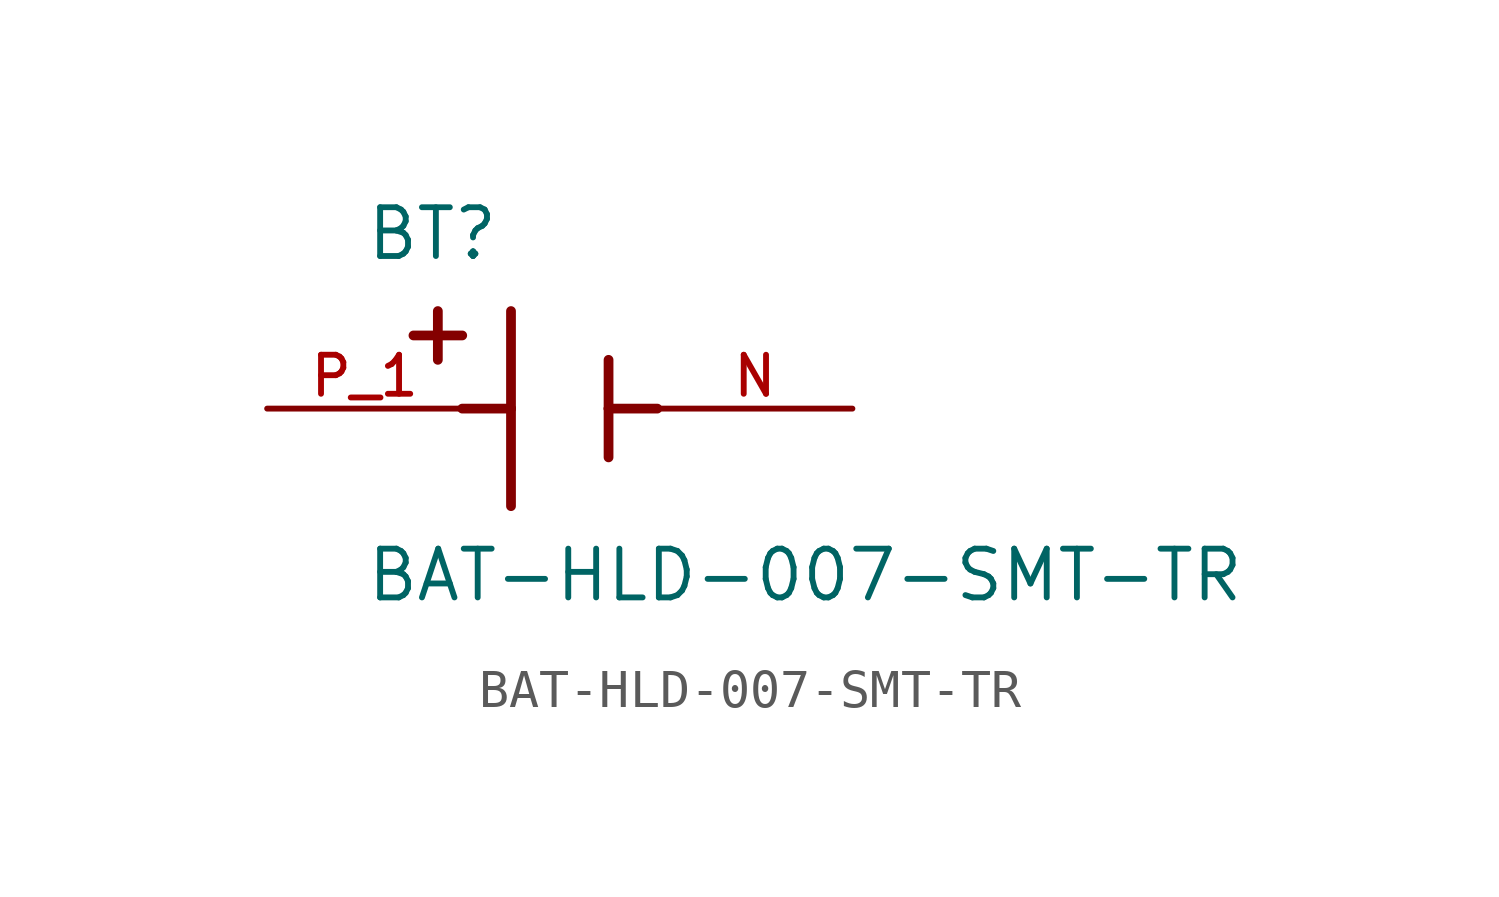
<source format=kicad_sym>
(kicad_symbol_lib
  (version 20211014)
  (generator kicad_symbol_editor)
  (symbol "BAT-HLD-007-SMT-TR"
    (pin_names
      (offset 1.016))
    (property "Reference" "BT"
      (at -5.08 3.81 0)
      (effects (font (size 1.27 1.27)) (justify bottom left)))
    (property "Value" "BAT-HLD-007-SMT-TR"
      (at -5.08 -5.08 0)
      (effects (font (size 1.27 1.27)) (justify bottom left)))
    (symbol "BAT-HLD-007-SMT-TR_0_0"
      (polyline (pts (xy -1.27 2.54) (xy -1.27 0.0)) (stroke (width 0.254)))
      (polyline (pts (xy -1.27 0.0) (xy -1.27 -2.54)) (stroke (width 0.254)))
      (polyline (pts (xy 1.27 1.27) (xy 1.27 0.0)) (stroke (width 0.254)))
      (polyline (pts (xy 1.27 0.0) (xy 1.27 -1.27)) (stroke (width 0.254)))
      (polyline (pts (xy -1.27 0.0) (xy -2.54 0.0)) (stroke (width 0.254)))
      (polyline (pts (xy 1.27 0.0) (xy 2.54 0.0)) (stroke (width 0.254)))
      (polyline (pts (xy -3.175 2.54) (xy -3.175 1.27)) (stroke (width 0.254)))
      (polyline (pts (xy -3.81 1.905) (xy -2.54 1.905)) (stroke (width 0.254)))
      (pin passive line (at -7.62 0.0 0) (length 5.08) (name "~" (effects (font (size 1.016 1.016)))) (number "P_1" (effects (font (size 1.016 1.016)))))
      (pin passive line (at 7.62 0.0 180.0) (length 5.08) (name "~" (effects (font (size 1.016 1.016)))) (number "N" (effects (font (size 1.016 1.016))))))))
</source>
